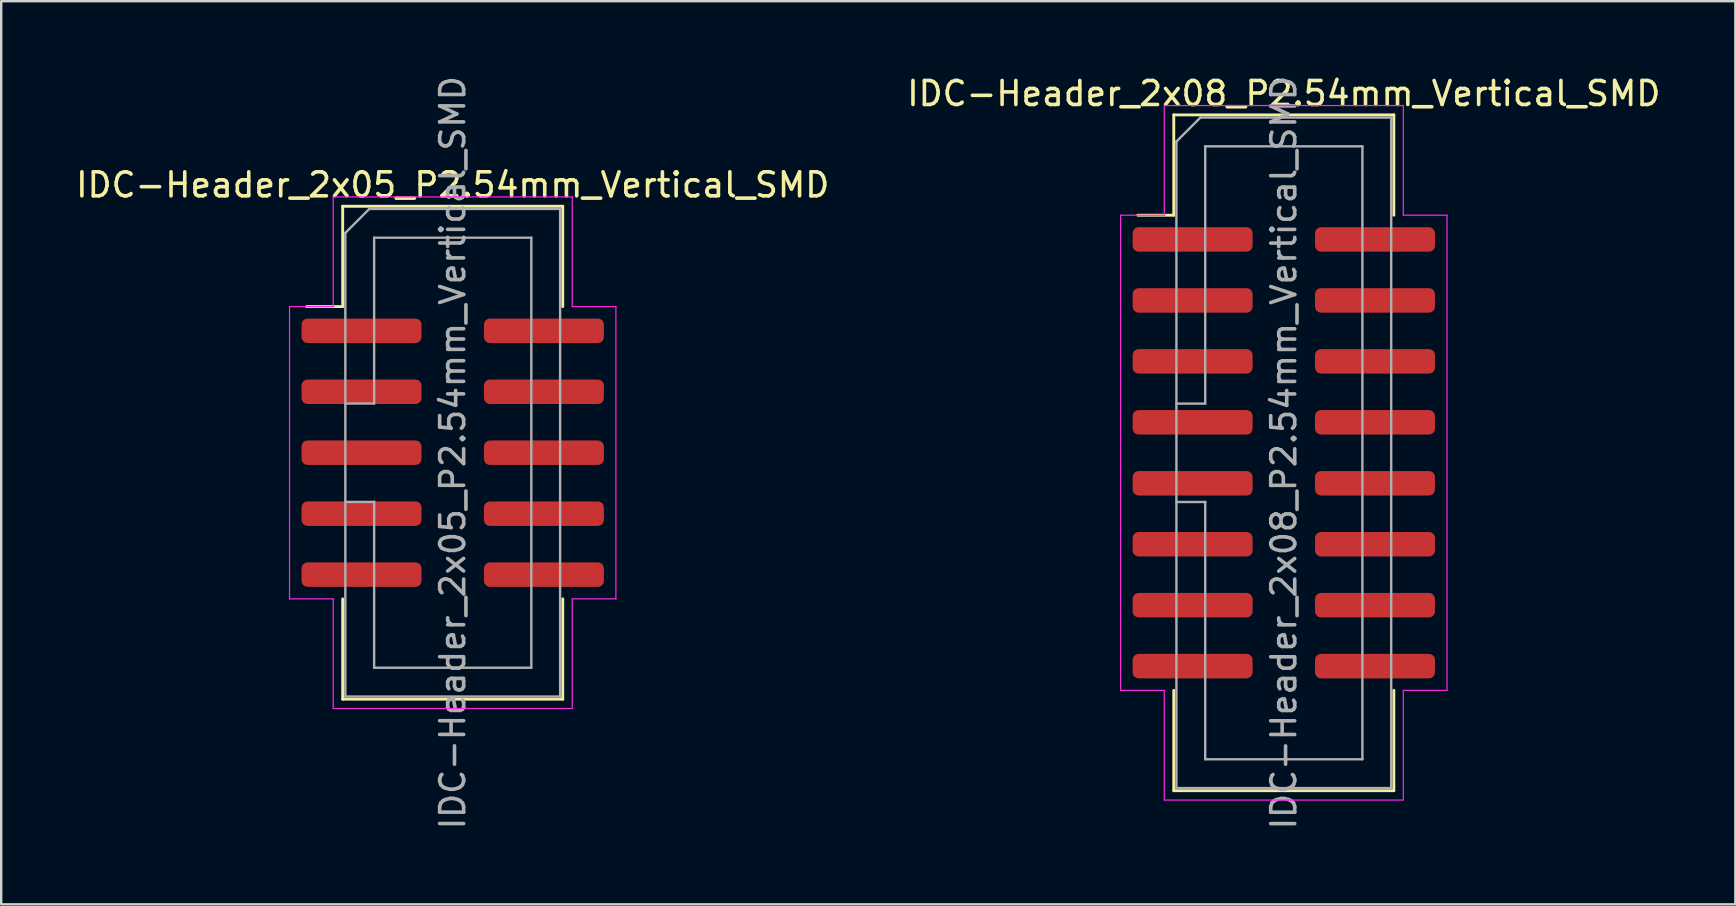
<source format=kicad_pcb>
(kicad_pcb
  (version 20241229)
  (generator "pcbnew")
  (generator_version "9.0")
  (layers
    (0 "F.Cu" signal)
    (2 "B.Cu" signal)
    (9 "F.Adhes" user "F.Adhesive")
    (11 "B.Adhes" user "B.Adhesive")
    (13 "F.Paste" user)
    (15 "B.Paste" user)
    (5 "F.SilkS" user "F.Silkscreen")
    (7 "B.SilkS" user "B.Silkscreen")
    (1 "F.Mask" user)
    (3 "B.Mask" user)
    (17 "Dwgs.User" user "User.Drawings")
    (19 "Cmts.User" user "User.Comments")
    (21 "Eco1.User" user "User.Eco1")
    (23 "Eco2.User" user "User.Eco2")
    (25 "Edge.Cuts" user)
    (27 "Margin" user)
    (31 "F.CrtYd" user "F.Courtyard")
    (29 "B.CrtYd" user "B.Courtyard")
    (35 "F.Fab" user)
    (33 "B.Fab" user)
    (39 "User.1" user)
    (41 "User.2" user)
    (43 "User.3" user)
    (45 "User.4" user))
  (footprint "IDC-Header_2x05_P2.54mm_Vertical_SMD"
    (layer "F.Cu")
    (at 15.815 15.815)
    (property "Reference" "IDC-Header_2x05_P2.54mm_Vertical_SMD" (at 0 -11.16 0) (layer "F.SilkS") (effects (font (size 1 1) (thickness 0.15))))
    (attr smd)
    (fp_line (start -4.585 -10.27) (end 4.585 -10.27) (stroke (width 0.12) (type solid)) (layer "F.SilkS"))
    (fp_line (start -4.585 -6.09) (end -6.085 -6.09) (stroke (width 0.12) (type solid)) (layer "F.SilkS"))
    (fp_line (start -4.585 -6.09) (end -4.585 -10.27) (stroke (width 0.12) (type solid)) (layer "F.SilkS"))
    (fp_line (start -4.585 6.09) (end -4.585 10.27) (stroke (width 0.12) (type solid)) (layer "F.SilkS"))
    (fp_line (start -4.585 10.27) (end 4.585 10.27) (stroke (width 0.12) (type solid)) (layer "F.SilkS"))
    (fp_line (start 4.585 -10.27) (end 4.585 -6.09) (stroke (width 0.12) (type solid)) (layer "F.SilkS"))
    (fp_line (start 4.585 10.27) (end 4.585 6.09) (stroke (width 0.12) (type solid)) (layer "F.SilkS"))
    (fp_line (start -6.8 -6.09) (end -6.8 6.09) (stroke (width 0.05) (type solid)) (layer "F.CrtYd"))
    (fp_line (start -6.8 6.09) (end -4.98 6.09) (stroke (width 0.05) (type solid)) (layer "F.CrtYd"))
    (fp_line (start -4.98 -10.66) (end -4.98 -6.09) (stroke (width 0.05) (type solid)) (layer "F.CrtYd"))
    (fp_line (start -4.98 -6.09) (end -6.8 -6.09) (stroke (width 0.05) (type solid)) (layer "F.CrtYd"))
    (fp_line (start -4.98 6.09) (end -4.98 10.66) (stroke (width 0.05) (type solid)) (layer "F.CrtYd"))
    (fp_line (start -4.98 10.66) (end 4.98 10.66) (stroke (width 0.05) (type solid)) (layer "F.CrtYd"))
    (fp_line (start 4.98 -10.66) (end -4.98 -10.66) (stroke (width 0.05) (type solid)) (layer "F.CrtYd"))
    (fp_line (start 4.98 -6.09) (end 4.98 -10.66) (stroke (width 0.05) (type solid)) (layer "F.CrtYd"))
    (fp_line (start 4.98 6.09) (end 6.8 6.09) (stroke (width 0.05) (type solid)) (layer "F.CrtYd"))
    (fp_line (start 4.98 10.66) (end 4.98 6.09) (stroke (width 0.05) (type solid)) (layer "F.CrtYd"))
    (fp_line (start 6.8 -6.09) (end 4.98 -6.09) (stroke (width 0.05) (type solid)) (layer "F.CrtYd"))
    (fp_line (start 6.8 6.09) (end 6.8 -6.09) (stroke (width 0.05) (type solid)) (layer "F.CrtYd"))
    (fp_line (start -4.475 -9.16) (end -3.475 -10.16) (stroke (width 0.1) (type solid)) (layer "F.Fab"))
    (fp_line (start -4.475 -2.05) (end -3.275 -2.05) (stroke (width 0.1) (type solid)) (layer "F.Fab"))
    (fp_line (start -4.475 10.16) (end -4.475 -9.16) (stroke (width 0.1) (type solid)) (layer "F.Fab"))
    (fp_line (start -3.475 -10.16) (end 4.475 -10.16) (stroke (width 0.1) (type solid)) (layer "F.Fab"))
    (fp_line (start -3.275 -8.96) (end 3.275 -8.96) (stroke (width 0.1) (type solid)) (layer "F.Fab"))
    (fp_line (start -3.275 -2.05) (end -3.275 -8.96) (stroke (width 0.1) (type solid)) (layer "F.Fab"))
    (fp_line (start -3.275 2.05) (end -4.475 2.05) (stroke (width 0.1) (type solid)) (layer "F.Fab"))
    (fp_line (start -3.275 2.05) (end -3.275 2.05) (stroke (width 0.1) (type solid)) (layer "F.Fab"))
    (fp_line (start -3.275 8.96) (end -3.275 2.05) (stroke (width 0.1) (type solid)) (layer "F.Fab"))
    (fp_line (start 3.275 -8.96) (end 3.275 8.96) (stroke (width 0.1) (type solid)) (layer "F.Fab"))
    (fp_line (start 3.275 8.96) (end -3.275 8.96) (stroke (width 0.1) (type solid)) (layer "F.Fab"))
    (fp_line (start 4.475 -10.16) (end 4.475 10.16) (stroke (width 0.1) (type solid)) (layer "F.Fab"))
    (fp_line (start 4.475 10.16) (end -4.475 10.16) (stroke (width 0.1) (type solid)) (layer "F.Fab"))
    (fp_text user "${REFERENCE}" (at 0 0 90) (layer "F.Fab") (effects (font (size 1 1) (thickness 0.15))))
    (pad "1" smd roundrect (at -3.8 -5.08) (size 5 1.02) (layers "F.Cu" "F.Mask" "F.Paste") (roundrect_rratio 0.245))
    (pad "2" smd roundrect (at 3.8 -5.08) (size 5 1.02) (layers "F.Cu" "F.Mask" "F.Paste") (roundrect_rratio 0.245))
    (pad "3" smd roundrect (at -3.8 -2.54) (size 5 1.02) (layers "F.Cu" "F.Mask" "F.Paste") (roundrect_rratio 0.245))
    (pad "4" smd roundrect (at 3.8 -2.54) (size 5 1.02) (layers "F.Cu" "F.Mask" "F.Paste") (roundrect_rratio 0.245))
    (pad "5" smd roundrect (at -3.8 0) (size 5 1.02) (layers "F.Cu" "F.Mask" "F.Paste") (roundrect_rratio 0.245))
    (pad "6" smd roundrect (at 3.8 0) (size 5 1.02) (layers "F.Cu" "F.Mask" "F.Paste") (roundrect_rratio 0.245))
    (pad "7" smd roundrect (at -3.8 2.54) (size 5 1.02) (layers "F.Cu" "F.Mask" "F.Paste") (roundrect_rratio 0.245))
    (pad "8" smd roundrect (at 3.8 2.54) (size 5 1.02) (layers "F.Cu" "F.Mask" "F.Paste") (roundrect_rratio 0.245))
    (pad "9" smd roundrect (at -3.8 5.08) (size 5 1.02) (layers "F.Cu" "F.Mask" "F.Paste") (roundrect_rratio 0.245))
    (pad "10" smd roundrect (at 3.8 5.08) (size 5 1.02) (layers "F.Cu" "F.Mask" "F.Paste") (roundrect_rratio 0.245)))
  (footprint "IDC-Header_2x08_P2.54mm_Vertical_SMD"
    (layer "F.Cu")
    (at 50.446 15.818)
    (property "Reference" "IDC-Header_2x08_P2.54mm_Vertical_SMD" (at 0 -14.97 0) (layer "F.SilkS") (effects (font (size 1 1) (thickness 0.15))))
    (attr smd)
    (fp_line (start -4.585 -14.08) (end 4.585 -14.08) (stroke (width 0.12) (type solid)) (layer "F.SilkS"))
    (fp_line (start -4.585 -9.9) (end -6.085 -9.9) (stroke (width 0.12) (type solid)) (layer "F.SilkS"))
    (fp_line (start -4.585 -9.9) (end -4.585 -14.08) (stroke (width 0.12) (type solid)) (layer "F.SilkS"))
    (fp_line (start -4.585 9.9) (end -4.585 14.08) (stroke (width 0.12) (type solid)) (layer "F.SilkS"))
    (fp_line (start -4.585 14.08) (end 4.585 14.08) (stroke (width 0.12) (type solid)) (layer "F.SilkS"))
    (fp_line (start 4.585 -14.08) (end 4.585 -9.9) (stroke (width 0.12) (type solid)) (layer "F.SilkS"))
    (fp_line (start 4.585 14.08) (end 4.585 9.9) (stroke (width 0.12) (type solid)) (layer "F.SilkS"))
    (fp_line (start -6.8 -9.9) (end -6.8 9.9) (stroke (width 0.05) (type solid)) (layer "F.CrtYd"))
    (fp_line (start -6.8 9.9) (end -4.98 9.9) (stroke (width 0.05) (type solid)) (layer "F.CrtYd"))
    (fp_line (start -4.98 -14.47) (end -4.98 -9.9) (stroke (width 0.05) (type solid)) (layer "F.CrtYd"))
    (fp_line (start -4.98 -9.9) (end -6.8 -9.9) (stroke (width 0.05) (type solid)) (layer "F.CrtYd"))
    (fp_line (start -4.98 9.9) (end -4.98 14.47) (stroke (width 0.05) (type solid)) (layer "F.CrtYd"))
    (fp_line (start -4.98 14.47) (end 4.98 14.47) (stroke (width 0.05) (type solid)) (layer "F.CrtYd"))
    (fp_line (start 4.98 -14.47) (end -4.98 -14.47) (stroke (width 0.05) (type solid)) (layer "F.CrtYd"))
    (fp_line (start 4.98 -9.9) (end 4.98 -14.47) (stroke (width 0.05) (type solid)) (layer "F.CrtYd"))
    (fp_line (start 4.98 9.9) (end 6.8 9.9) (stroke (width 0.05) (type solid)) (layer "F.CrtYd"))
    (fp_line (start 4.98 14.47) (end 4.98 9.9) (stroke (width 0.05) (type solid)) (layer "F.CrtYd"))
    (fp_line (start 6.8 -9.9) (end 4.98 -9.9) (stroke (width 0.05) (type solid)) (layer "F.CrtYd"))
    (fp_line (start 6.8 9.9) (end 6.8 -9.9) (stroke (width 0.05) (type solid)) (layer "F.CrtYd"))
    (fp_line (start -4.475 -12.97) (end -3.475 -13.97) (stroke (width 0.1) (type solid)) (layer "F.Fab"))
    (fp_line (start -4.475 -2.05) (end -3.275 -2.05) (stroke (width 0.1) (type solid)) (layer "F.Fab"))
    (fp_line (start -4.475 13.97) (end -4.475 -12.97) (stroke (width 0.1) (type solid)) (layer "F.Fab"))
    (fp_line (start -3.475 -13.97) (end 4.475 -13.97) (stroke (width 0.1) (type solid)) (layer "F.Fab"))
    (fp_line (start -3.275 -12.77) (end 3.275 -12.77) (stroke (width 0.1) (type solid)) (layer "F.Fab"))
    (fp_line (start -3.275 -2.05) (end -3.275 -12.77) (stroke (width 0.1) (type solid)) (layer "F.Fab"))
    (fp_line (start -3.275 2.05) (end -4.475 2.05) (stroke (width 0.1) (type solid)) (layer "F.Fab"))
    (fp_line (start -3.275 2.05) (end -3.275 2.05) (stroke (width 0.1) (type solid)) (layer "F.Fab"))
    (fp_line (start -3.275 12.77) (end -3.275 2.05) (stroke (width 0.1) (type solid)) (layer "F.Fab"))
    (fp_line (start 3.275 -12.77) (end 3.275 12.77) (stroke (width 0.1) (type solid)) (layer "F.Fab"))
    (fp_line (start 3.275 12.77) (end -3.275 12.77) (stroke (width 0.1) (type solid)) (layer "F.Fab"))
    (fp_line (start 4.475 -13.97) (end 4.475 13.97) (stroke (width 0.1) (type solid)) (layer "F.Fab"))
    (fp_line (start 4.475 13.97) (end -4.475 13.97) (stroke (width 0.1) (type solid)) (layer "F.Fab"))
    (fp_text user "${REFERENCE}" (at 0 0 90) (layer "F.Fab") (effects (font (size 1 1) (thickness 0.15))))
    (pad "1" smd roundrect (at -3.8 -8.89) (size 5 1.02) (layers "F.Cu" "F.Mask" "F.Paste") (roundrect_rratio 0.245))
    (pad "2" smd roundrect (at 3.8 -8.89) (size 5 1.02) (layers "F.Cu" "F.Mask" "F.Paste") (roundrect_rratio 0.245))
    (pad "3" smd roundrect (at -3.8 -6.35) (size 5 1.02) (layers "F.Cu" "F.Mask" "F.Paste") (roundrect_rratio 0.245))
    (pad "4" smd roundrect (at 3.8 -6.35) (size 5 1.02) (layers "F.Cu" "F.Mask" "F.Paste") (roundrect_rratio 0.245))
    (pad "5" smd roundrect (at -3.8 -3.81) (size 5 1.02) (layers "F.Cu" "F.Mask" "F.Paste") (roundrect_rratio 0.245))
    (pad "6" smd roundrect (at 3.8 -3.81) (size 5 1.02) (layers "F.Cu" "F.Mask" "F.Paste") (roundrect_rratio 0.245))
    (pad "7" smd roundrect (at -3.8 -1.27) (size 5 1.02) (layers "F.Cu" "F.Mask" "F.Paste") (roundrect_rratio 0.245))
    (pad "8" smd roundrect (at 3.8 -1.27) (size 5 1.02) (layers "F.Cu" "F.Mask" "F.Paste") (roundrect_rratio 0.245))
    (pad "9" smd roundrect (at -3.8 1.27) (size 5 1.02) (layers "F.Cu" "F.Mask" "F.Paste") (roundrect_rratio 0.245))
    (pad "10" smd roundrect (at 3.8 1.27) (size 5 1.02) (layers "F.Cu" "F.Mask" "F.Paste") (roundrect_rratio 0.245))
    (pad "11" smd roundrect (at -3.8 3.81) (size 5 1.02) (layers "F.Cu" "F.Mask" "F.Paste") (roundrect_rratio 0.245))
    (pad "12" smd roundrect (at 3.8 3.81) (size 5 1.02) (layers "F.Cu" "F.Mask" "F.Paste") (roundrect_rratio 0.245))
    (pad "13" smd roundrect (at -3.8 6.35) (size 5 1.02) (layers "F.Cu" "F.Mask" "F.Paste") (roundrect_rratio 0.245))
    (pad "14" smd roundrect (at 3.8 6.35) (size 5 1.02) (layers "F.Cu" "F.Mask" "F.Paste") (roundrect_rratio 0.245))
    (pad "15" smd roundrect (at -3.8 8.89) (size 5 1.02) (layers "F.Cu" "F.Mask" "F.Paste") (roundrect_rratio 0.245))
    (pad "16" smd roundrect (at 3.8 8.89) (size 5 1.02) (layers "F.Cu" "F.Mask" "F.Paste") (roundrect_rratio 0.245)))
  (gr_rect
    (start -3 -3)
    (end 69.262 34.634)
    (stroke (width 0.1) (type default))
    (fill no)
    (layer "Edge.Cuts")))
</source>
